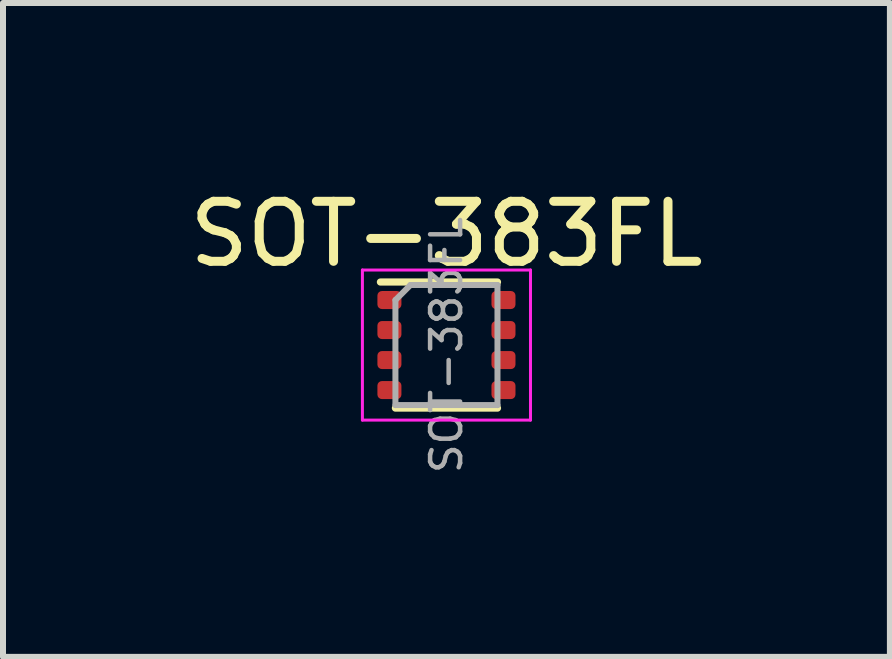
<source format=kicad_pcb>
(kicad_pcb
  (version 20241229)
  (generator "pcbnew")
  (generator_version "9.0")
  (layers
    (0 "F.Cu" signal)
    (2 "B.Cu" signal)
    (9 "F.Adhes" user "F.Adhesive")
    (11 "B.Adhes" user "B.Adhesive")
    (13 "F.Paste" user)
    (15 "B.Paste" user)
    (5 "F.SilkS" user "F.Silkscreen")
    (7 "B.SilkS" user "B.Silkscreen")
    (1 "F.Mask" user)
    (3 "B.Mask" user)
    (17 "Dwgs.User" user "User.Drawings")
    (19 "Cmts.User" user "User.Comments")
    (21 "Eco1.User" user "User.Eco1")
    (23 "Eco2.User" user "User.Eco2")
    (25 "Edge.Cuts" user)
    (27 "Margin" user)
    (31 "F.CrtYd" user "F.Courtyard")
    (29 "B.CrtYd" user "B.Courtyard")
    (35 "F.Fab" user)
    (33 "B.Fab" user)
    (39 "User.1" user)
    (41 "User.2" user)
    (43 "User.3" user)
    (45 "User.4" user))
  (footprint "SOT-383FL"
    (layer "F.Cu")
    (at 4.387 2.698)
    (property "Reference" "SOT-383FL" (at 0 -1.85 0) (layer "F.SilkS") (effects (font (size 1 1) (thickness 0.15))))
    (attr smd)
    (fp_line (start -0.85 1.05) (end 0.85 1.05) (stroke (width 0.12) (type solid)) (layer "F.SilkS"))
    (fp_line (start 0.85 -1.05) (end -1.1 -1.05) (stroke (width 0.12) (type solid)) (layer "F.SilkS"))
    (fp_line (start -1.4 -1.25) (end -1.4 1.25) (stroke (width 0.05) (type solid)) (layer "F.CrtYd"))
    (fp_line (start -1.4 -1.25) (end 1.4 -1.25) (stroke (width 0.05) (type solid)) (layer "F.CrtYd"))
    (fp_line (start 1.4 1.25) (end -1.4 1.25) (stroke (width 0.05) (type solid)) (layer "F.CrtYd"))
    (fp_line (start 1.4 1.25) (end 1.4 -1.25) (stroke (width 0.05) (type solid)) (layer "F.CrtYd"))
    (fp_line (start -0.85 -0.75) (end -0.85 1) (stroke (width 0.1) (type solid)) (layer "F.Fab"))
    (fp_line (start -0.85 -0.75) (end -0.6 -1) (stroke (width 0.1) (type solid)) (layer "F.Fab"))
    (fp_line (start -0.85 1) (end 0.85 1) (stroke (width 0.1) (type solid)) (layer "F.Fab"))
    (fp_line (start -0.6 -1) (end 0.85 -1) (stroke (width 0.1) (type solid)) (layer "F.Fab"))
    (fp_line (start 0.85 1) (end 0.85 -1) (stroke (width 0.1) (type solid)) (layer "F.Fab"))
    (fp_text user "${REFERENCE}" (at 0 0 90) (layer "F.Fab") (effects (font (size 0.5 0.5) (thickness 0.075))))
    (pad "1" smd roundrect (at -0.95 -0.75) (size 0.4 0.3) (layers "F.Cu" "F.Mask" "F.Paste") (roundrect_rratio 0.25))
    (pad "2" smd roundrect (at -0.95 -0.25) (size 0.4 0.3) (layers "F.Cu" "F.Mask" "F.Paste") (roundrect_rratio 0.25))
    (pad "3" smd roundrect (at -0.95 0.25) (size 0.4 0.3) (layers "F.Cu" "F.Mask" "F.Paste") (roundrect_rratio 0.25))
    (pad "4" smd roundrect (at -0.95 0.75) (size 0.4 0.3) (layers "F.Cu" "F.Mask" "F.Paste") (roundrect_rratio 0.25))
    (pad "5" smd roundrect (at 0.95 0.75) (size 0.4 0.3) (layers "F.Cu" "F.Mask" "F.Paste") (roundrect_rratio 0.25))
    (pad "6" smd roundrect (at 0.95 0.25) (size 0.4 0.3) (layers "F.Cu" "F.Mask" "F.Paste") (roundrect_rratio 0.25))
    (pad "7" smd roundrect (at 0.95 -0.25) (size 0.4 0.3) (layers "F.Cu" "F.Mask" "F.Paste") (roundrect_rratio 0.25))
    (pad "8" smd roundrect (at 0.95 -0.75) (size 0.4 0.3) (layers "F.Cu" "F.Mask" "F.Paste") (roundrect_rratio 0.25)))
  (gr_rect
    (start -3 -3)
    (end 11.774 7.892)
    (stroke (width 0.1) (type default))
    (fill no)
    (layer "Edge.Cuts")))
</source>
